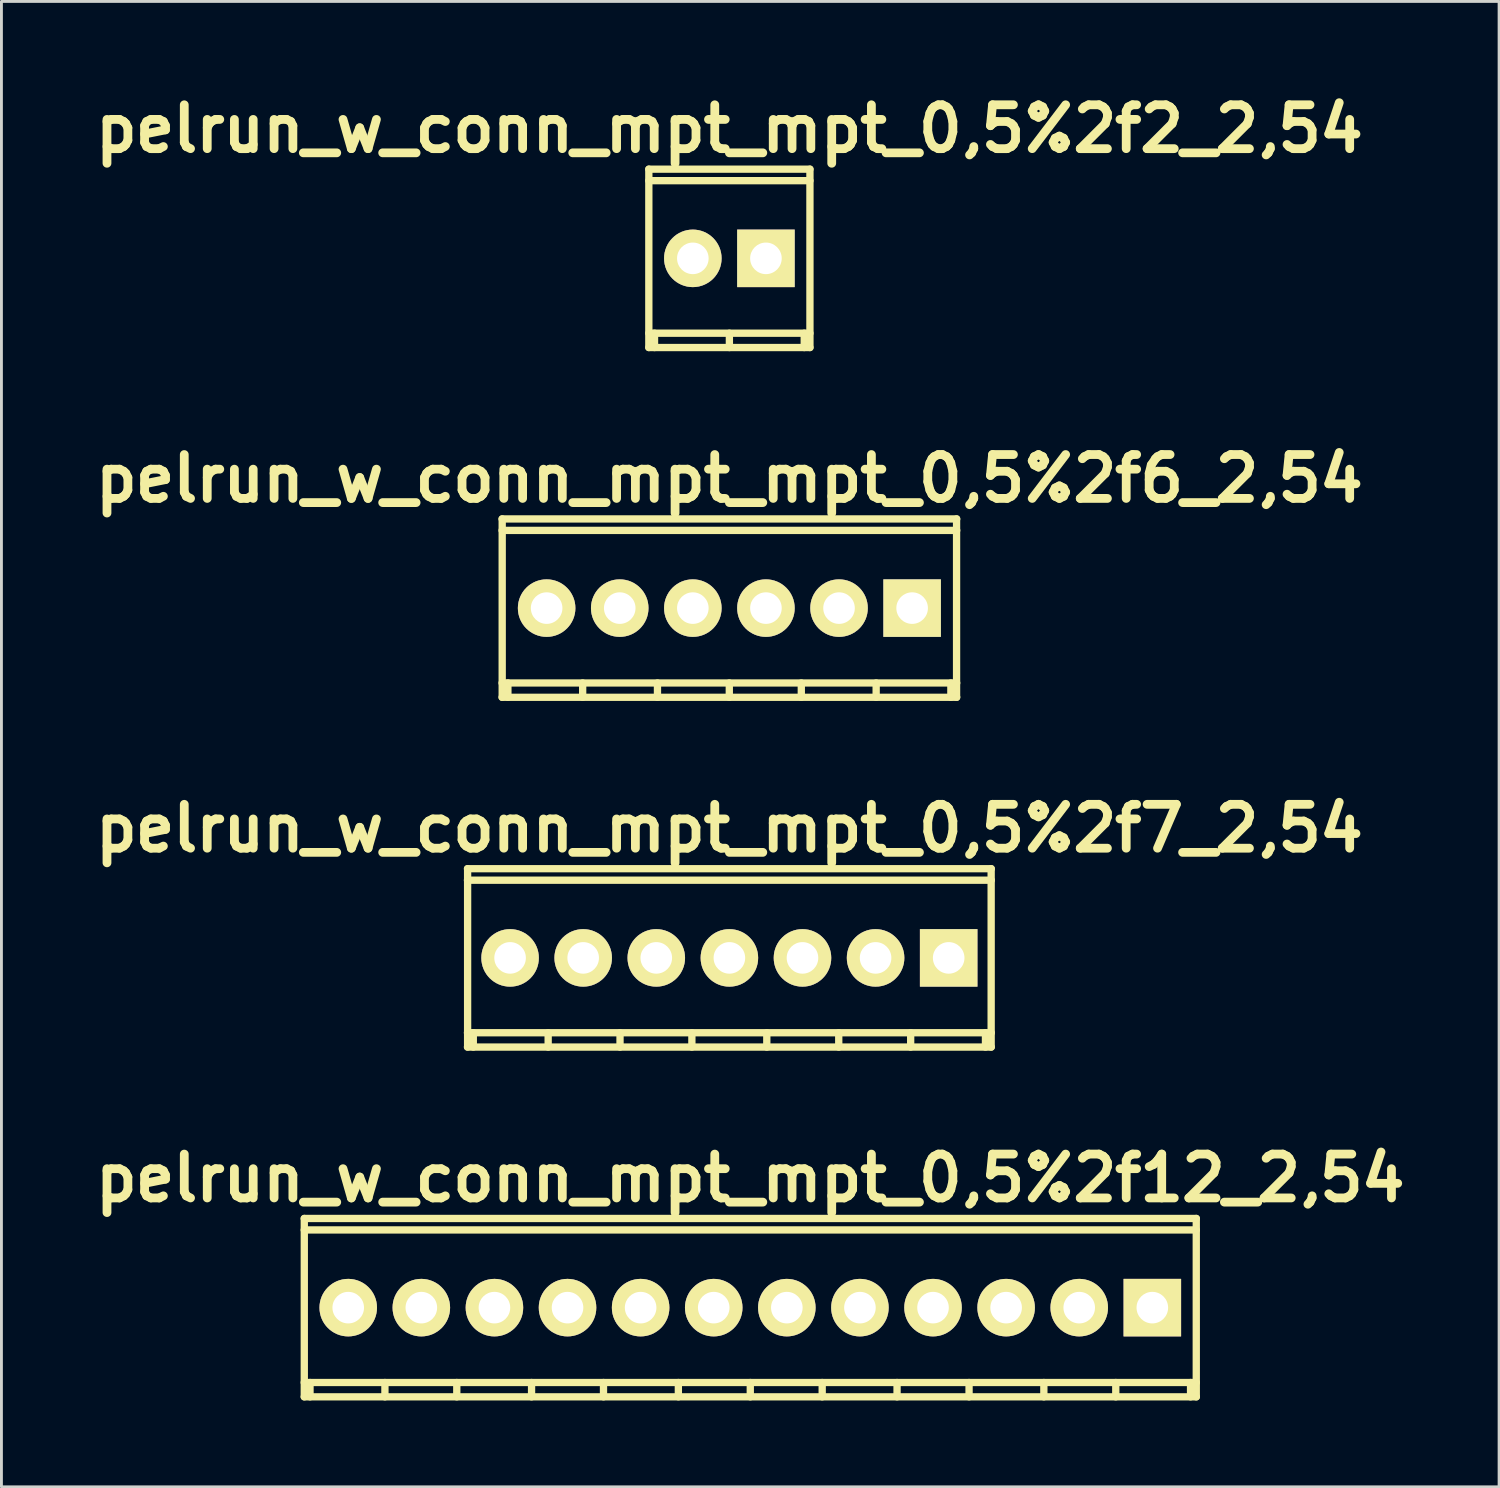
<source format=kicad_pcb>
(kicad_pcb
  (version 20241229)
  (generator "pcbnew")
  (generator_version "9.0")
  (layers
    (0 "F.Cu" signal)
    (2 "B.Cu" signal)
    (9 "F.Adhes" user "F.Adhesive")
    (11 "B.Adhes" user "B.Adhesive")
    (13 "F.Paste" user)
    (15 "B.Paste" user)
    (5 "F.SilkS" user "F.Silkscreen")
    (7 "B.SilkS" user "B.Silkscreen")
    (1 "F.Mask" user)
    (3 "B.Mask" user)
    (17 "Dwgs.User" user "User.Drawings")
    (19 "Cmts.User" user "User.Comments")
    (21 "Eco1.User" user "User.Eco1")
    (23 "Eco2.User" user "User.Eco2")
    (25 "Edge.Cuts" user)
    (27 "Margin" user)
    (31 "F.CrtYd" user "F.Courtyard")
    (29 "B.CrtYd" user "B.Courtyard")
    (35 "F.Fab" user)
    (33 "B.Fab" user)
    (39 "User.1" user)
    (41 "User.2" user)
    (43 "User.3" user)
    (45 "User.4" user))
  (footprint "pelrun_w_conn_mpt_mpt_0,5%2f6_2,54"
    (layer "F.Cu")
    (at 22.294 18.08)
    (property "Reference" "pelrun_w_conn_mpt_mpt_0,5%2f6_2,54" (at 0 -4.501 0) (layer "F.SilkS") (effects (font (size 1.524 1.524) (thickness 0.305))))
    (attr through_hole)
    (fp_line (start -7.899 3.099) (end 7.899 3.099) (stroke (width 0.254) (type solid)) (layer "F.SilkS"))
    (fp_line (start -7.894 -3.099) (end -7.894 3.099) (stroke (width 0.254) (type solid)) (layer "F.SilkS"))
    (fp_line (start -7.696 3.099) (end -7.696 2.601) (stroke (width 0.254) (type solid)) (layer "F.SilkS"))
    (fp_line (start -5.098 3.099) (end -5.098 2.601) (stroke (width 0.254) (type solid)) (layer "F.SilkS"))
    (fp_line (start -2.499 2.601) (end -2.499 3.099) (stroke (width 0.254) (type solid)) (layer "F.SilkS"))
    (fp_line (start -0.003 2.601) (end -0.003 3.099) (stroke (width 0.254) (type solid)) (layer "F.SilkS"))
    (fp_line (start 2.499 2.601) (end 2.499 3.099) (stroke (width 0.254) (type solid)) (layer "F.SilkS"))
    (fp_line (start 5.1 2.601) (end 5.1 3.099) (stroke (width 0.254) (type solid)) (layer "F.SilkS"))
    (fp_line (start 7.696 2.601) (end 7.696 3.099) (stroke (width 0.254) (type solid)) (layer "F.SilkS"))
    (fp_line (start 7.894 3.099) (end 7.894 -3.099) (stroke (width 0.254) (type solid)) (layer "F.SilkS"))
    (fp_line (start 7.899 -3.099) (end -7.899 -3.099) (stroke (width 0.254) (type solid)) (layer "F.SilkS"))
    (fp_line (start 7.899 -2.7) (end -7.899 -2.7) (stroke (width 0.254) (type solid)) (layer "F.SilkS"))
    (fp_line (start 7.899 2.601) (end -7.899 2.601) (stroke (width 0.254) (type solid)) (layer "F.SilkS"))
    (pad "1" thru_hole rect (at 6.35 0) (size 1.999 1.999) (drill 1.097) (layers "*.Cu" "*.Mask" "F.SilkS"))
    (pad "2" thru_hole oval (at 3.81 0) (size 1.999 1.999) (drill 1.097) (layers "*.Cu" "*.Mask" "F.SilkS"))
    (pad "3" thru_hole oval (at 1.27 0) (size 1.999 1.999) (drill 1.097) (layers "*.Cu" "*.Mask" "F.SilkS"))
    (pad "4" thru_hole oval (at -1.27 0) (size 1.999 1.999) (drill 1.097) (layers "*.Cu" "*.Mask" "F.SilkS"))
    (pad "5" thru_hole oval (at -3.81 0) (size 1.999 1.999) (drill 1.097) (layers "*.Cu" "*.Mask" "F.SilkS"))
    (pad "6" thru_hole oval (at -6.35 0) (size 1.999 1.999) (drill 1.097) (layers "*.Cu" "*.Mask" "F.SilkS")))
  (footprint "pelrun_w_conn_mpt_mpt_0,5%2f2_2,54"
    (layer "F.Cu")
    (at 22.294 5.927)
    (property "Reference" "pelrun_w_conn_mpt_mpt_0,5%2f2_2,54" (at 0 -4.501 0) (layer "F.SilkS") (effects (font (size 1.524 1.524) (thickness 0.305))))
    (attr through_hole)
    (fp_line (start -2.799 -3.099) (end -2.799 3.099) (stroke (width 0.254) (type solid)) (layer "F.SilkS"))
    (fp_line (start -2.799 -2.7) (end 2.799 -2.7) (stroke (width 0.254) (type solid)) (layer "F.SilkS"))
    (fp_line (start -2.799 3.099) (end 2.799 3.099) (stroke (width 0.254) (type solid)) (layer "F.SilkS"))
    (fp_line (start -2.601 3.099) (end -2.601 2.601) (stroke (width 0.254) (type solid)) (layer "F.SilkS"))
    (fp_line (start 0 3.099) (end 0 2.601) (stroke (width 0.254) (type solid)) (layer "F.SilkS"))
    (fp_line (start 2.601 2.601) (end 2.601 3.099) (stroke (width 0.254) (type solid)) (layer "F.SilkS"))
    (fp_line (start 2.799 -3.099) (end -2.799 -3.099) (stroke (width 0.254) (type solid)) (layer "F.SilkS"))
    (fp_line (start 2.799 2.601) (end -2.799 2.601) (stroke (width 0.254) (type solid)) (layer "F.SilkS"))
    (fp_line (start 2.799 3.099) (end 2.799 -3.099) (stroke (width 0.254) (type solid)) (layer "F.SilkS"))
    (pad "1" thru_hole rect (at 1.27 0) (size 1.999 1.999) (drill 1.097) (layers "*.Cu" "*.Mask" "F.SilkS"))
    (pad "2" thru_hole oval (at -1.27 0) (size 1.999 1.999) (drill 1.097) (layers "*.Cu" "*.Mask" "F.SilkS")))
  (footprint "pelrun_w_conn_mpt_mpt_0,5%2f12_2,54"
    (layer "F.Cu")
    (at 23.02 42.387)
    (property "Reference" "pelrun_w_conn_mpt_mpt_0,5%2f12_2,54" (at 0 -4.501 0) (layer "F.SilkS") (effects (font (size 1.524 1.524) (thickness 0.305))))
    (attr through_hole)
    (fp_line (start -15.499 -3.099) (end 15.499 -3.099) (stroke (width 0.254) (type solid)) (layer "F.SilkS"))
    (fp_line (start -15.499 2.601) (end 15.499 2.601) (stroke (width 0.254) (type solid)) (layer "F.SilkS"))
    (fp_line (start -15.497 -3.099) (end -15.497 3.099) (stroke (width 0.254) (type solid)) (layer "F.SilkS"))
    (fp_line (start -15.298 3.099) (end -15.298 2.601) (stroke (width 0.254) (type solid)) (layer "F.SilkS"))
    (fp_line (start -12.695 3.099) (end -12.695 2.601) (stroke (width 0.254) (type solid)) (layer "F.SilkS"))
    (fp_line (start -10.198 2.601) (end -10.198 3.099) (stroke (width 0.254) (type solid)) (layer "F.SilkS"))
    (fp_line (start -7.6 2.601) (end -7.6 3.099) (stroke (width 0.254) (type solid)) (layer "F.SilkS"))
    (fp_line (start -5.1 2.601) (end -5.1 3.099) (stroke (width 0.254) (type solid)) (layer "F.SilkS"))
    (fp_line (start -2.499 2.601) (end -2.499 3.099) (stroke (width 0.254) (type solid)) (layer "F.SilkS"))
    (fp_line (start 0 2.601) (end 0 3.099) (stroke (width 0.254) (type solid)) (layer "F.SilkS"))
    (fp_line (start 2.499 2.601) (end 2.499 3.099) (stroke (width 0.254) (type solid)) (layer "F.SilkS"))
    (fp_line (start 5.1 2.601) (end 5.1 3.099) (stroke (width 0.254) (type solid)) (layer "F.SilkS"))
    (fp_line (start 7.602 2.601) (end 7.602 3.099) (stroke (width 0.254) (type solid)) (layer "F.SilkS"))
    (fp_line (start 10.201 2.601) (end 10.201 3.099) (stroke (width 0.254) (type solid)) (layer "F.SilkS"))
    (fp_line (start 12.7 2.601) (end 12.7 3.099) (stroke (width 0.254) (type solid)) (layer "F.SilkS"))
    (fp_line (start 15.298 2.601) (end 15.298 3.099) (stroke (width 0.254) (type solid)) (layer "F.SilkS"))
    (fp_line (start 15.497 3.099) (end 15.497 -3.099) (stroke (width 0.254) (type solid)) (layer "F.SilkS"))
    (fp_line (start 15.499 -2.7) (end -15.499 -2.7) (stroke (width 0.254) (type solid)) (layer "F.SilkS"))
    (fp_line (start 15.499 3.099) (end -15.499 3.099) (stroke (width 0.254) (type solid)) (layer "F.SilkS"))
    (pad "1" thru_hole rect (at 13.97 0) (size 1.999 1.999) (drill 1.097) (layers "*.Cu" "*.Mask" "F.SilkS"))
    (pad "2" thru_hole oval (at 11.43 0) (size 1.999 1.999) (drill 1.097) (layers "*.Cu" "*.Mask" "F.SilkS"))
    (pad "3" thru_hole oval (at 8.89 0) (size 1.999 1.999) (drill 1.097) (layers "*.Cu" "*.Mask" "F.SilkS"))
    (pad "4" thru_hole oval (at 6.35 0) (size 1.999 1.999) (drill 1.097) (layers "*.Cu" "*.Mask" "F.SilkS"))
    (pad "5" thru_hole oval (at 3.81 0) (size 1.999 1.999) (drill 1.097) (layers "*.Cu" "*.Mask" "F.SilkS"))
    (pad "6" thru_hole oval (at 1.27 0) (size 1.999 1.999) (drill 1.097) (layers "*.Cu" "*.Mask" "F.SilkS"))
    (pad "7" thru_hole oval (at -1.27 0) (size 1.999 1.999) (drill 1.097) (layers "*.Cu" "*.Mask" "F.SilkS"))
    (pad "8" thru_hole oval (at -3.81 0) (size 1.999 1.999) (drill 1.097) (layers "*.Cu" "*.Mask" "F.SilkS"))
    (pad "9" thru_hole oval (at -6.35 0) (size 1.999 1.999) (drill 1.097) (layers "*.Cu" "*.Mask" "F.SilkS"))
    (pad "10" thru_hole oval (at -8.89 0) (size 1.999 1.999) (drill 1.097) (layers "*.Cu" "*.Mask" "F.SilkS"))
    (pad "11" thru_hole oval (at -11.43 0) (size 1.999 1.999) (drill 1.097) (layers "*.Cu" "*.Mask" "F.SilkS"))
    (pad "12" thru_hole oval (at -13.97 0) (size 1.999 1.999) (drill 1.097) (layers "*.Cu" "*.Mask" "F.SilkS")))
  (footprint "pelrun_w_conn_mpt_mpt_0,5%2f7_2,54"
    (layer "F.Cu")
    (at 22.294 30.234)
    (property "Reference" "pelrun_w_conn_mpt_mpt_0,5%2f7_2,54" (at 0 -4.501 0) (layer "F.SilkS") (effects (font (size 1.524 1.524) (thickness 0.305))))
    (attr through_hole)
    (fp_line (start -9.101 3.099) (end 9.101 3.099) (stroke (width 0.254) (type solid)) (layer "F.SilkS"))
    (fp_line (start -9.096 -3.099) (end -9.096 3.099) (stroke (width 0.254) (type solid)) (layer "F.SilkS"))
    (fp_line (start -8.898 3.099) (end -8.898 2.601) (stroke (width 0.254) (type solid)) (layer "F.SilkS"))
    (fp_line (start -6.297 3.099) (end -6.297 2.601) (stroke (width 0.254) (type solid)) (layer "F.SilkS"))
    (fp_line (start -3.8 2.601) (end -3.8 3.099) (stroke (width 0.254) (type solid)) (layer "F.SilkS"))
    (fp_line (start -1.303 2.601) (end -1.303 3.099) (stroke (width 0.254) (type solid)) (layer "F.SilkS"))
    (fp_line (start 1.3 2.601) (end 1.3 3.099) (stroke (width 0.254) (type solid)) (layer "F.SilkS"))
    (fp_line (start 3.8 2.601) (end 3.8 3.099) (stroke (width 0.254) (type solid)) (layer "F.SilkS"))
    (fp_line (start 6.299 2.601) (end 6.299 3.099) (stroke (width 0.254) (type solid)) (layer "F.SilkS"))
    (fp_line (start 8.898 2.601) (end 8.898 3.099) (stroke (width 0.254) (type solid)) (layer "F.SilkS"))
    (fp_line (start 9.096 3.099) (end 9.096 -3.099) (stroke (width 0.254) (type solid)) (layer "F.SilkS"))
    (fp_line (start 9.101 -3.099) (end -9.101 -3.099) (stroke (width 0.254) (type solid)) (layer "F.SilkS"))
    (fp_line (start 9.101 -2.7) (end -9.101 -2.7) (stroke (width 0.254) (type solid)) (layer "F.SilkS"))
    (fp_line (start 9.101 2.601) (end -9.101 2.601) (stroke (width 0.254) (type solid)) (layer "F.SilkS"))
    (pad "1" thru_hole rect (at 7.62 0) (size 1.999 1.999) (drill 1.097) (layers "*.Cu" "*.Mask" "F.SilkS"))
    (pad "2" thru_hole oval (at 5.08 0) (size 1.999 1.999) (drill 1.097) (layers "*.Cu" "*.Mask" "F.SilkS"))
    (pad "3" thru_hole oval (at 2.54 0) (size 1.999 1.999) (drill 1.097) (layers "*.Cu" "*.Mask" "F.SilkS"))
    (pad "4" thru_hole oval (at 0 0) (size 1.999 1.999) (drill 1.097) (layers "*.Cu" "*.Mask" "F.SilkS"))
    (pad "5" thru_hole oval (at -2.54 0) (size 1.999 1.999) (drill 1.097) (layers "*.Cu" "*.Mask" "F.SilkS"))
    (pad "6" thru_hole oval (at -5.08 0) (size 1.999 1.999) (drill 1.097) (layers "*.Cu" "*.Mask" "F.SilkS"))
    (pad "7" thru_hole oval (at -7.62 0) (size 1.999 1.999) (drill 1.097) (layers "*.Cu" "*.Mask" "F.SilkS")))
  (gr_rect
    (start -3 -3)
    (end 49.039 48.613)
    (stroke (width 0.1) (type default))
    (fill no)
    (layer "Edge.Cuts")))
</source>
